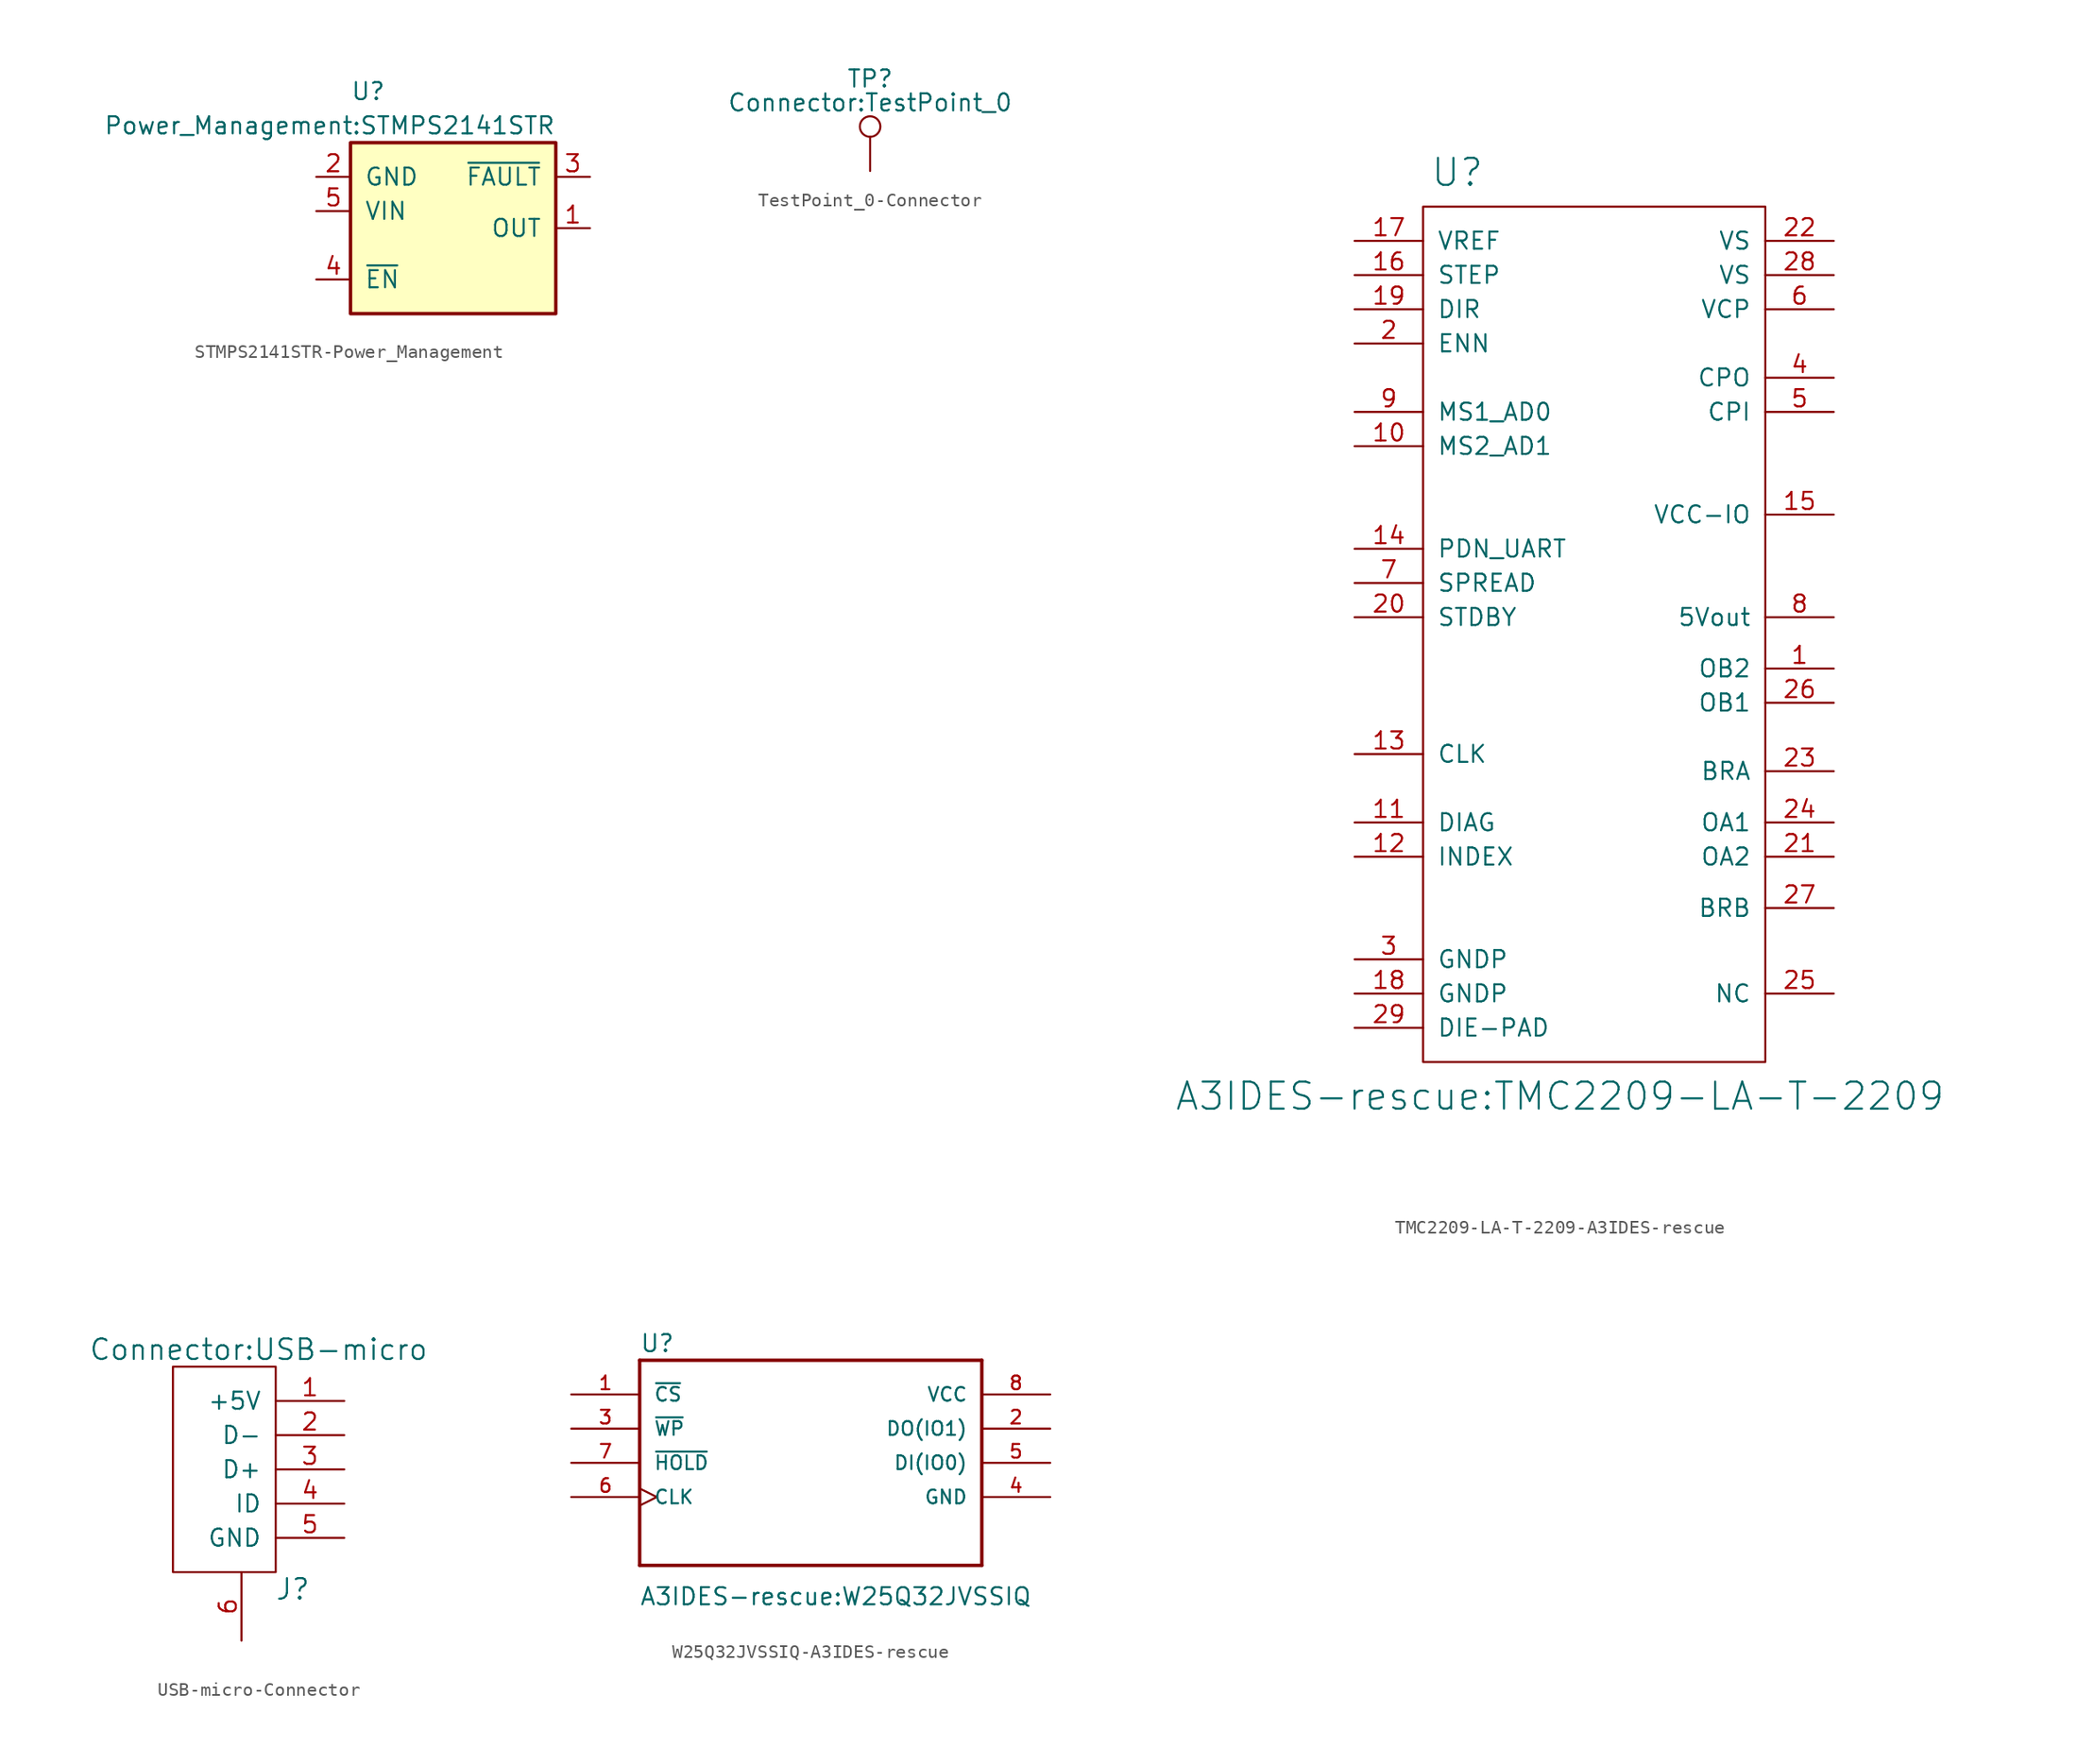
<source format=kicad_sym>
(kicad_symbol_lib
  (version 20231120)
  (generator "kicad_symbol_editor")
  (generator_version "8.0")
  (symbol "STMPS2141STR-Power_Management"
    (pin_names
      (offset 1.016))
    (property "Reference" "U"
      (at -7.62 11.43 0)
      (effects (font (size 1.27 1.27)) (justify left)))
    (property "Value" "Power_Management:STMPS2141STR"
      (at 7.62 8.89 0)
      (effects (font (size 1.27 1.27)) (justify right)))
    (symbol "STMPS2141STR-Power_Management_0_1"
      (rectangle (start -7.62 7.62) (end 7.62 -5.08) (stroke (width 0.254) (type solid)) (fill (type background))))
    (symbol "STMPS2141STR-Power_Management_1_1"
      (pin power_out line (at 10.16 1.27 180) (length 2.54) (name "OUT" (effects (font (size 1.27 1.27)))) (number "1" (effects (font (size 1.27 1.27)))))
      (pin power_in line (at -10.16 5.08 0) (length 2.54) (name "GND" (effects (font (size 1.27 1.27)))) (number "2" (effects (font (size 1.27 1.27)))))
      (pin power_out line (at 10.16 5.08 180) (length 2.54) (name "~{FAULT}" (effects (font (size 1.27 1.27)))) (number "3" (effects (font (size 1.27 1.27)))))
      (pin input line (at -10.16 -2.54 0) (length 2.54) (name "~{EN}" (effects (font (size 1.27 1.27)))) (number "4" (effects (font (size 1.27 1.27)))))
      (pin power_in line (at -10.16 2.54 0) (length 2.54) (name "VIN" (effects (font (size 1.27 1.27)))) (number "5" (effects (font (size 1.27 1.27)))))))
  (symbol "TestPoint_0-Connector"
    (pin_numbers hide)
    (pin_names
      (offset 0.762) hide)
    (property "Reference" "TP"
      (at 0 6.858 0)
      (effects (font (size 1.27 1.27))))
    (property "Value" "Connector:TestPoint_0"
      (at 0 5.08 0)
      (effects (font (size 1.27 1.27))))
    (symbol "TestPoint_0-Connector_0_1"
      (circle (center 0 3.302) (radius 0.762) (stroke (width 0) (type solid)) (fill (type none))))
    (symbol "TestPoint_0-Connector_1_1"
      (pin passive line (at 0 0 90) (length 2.54) (name "~" (effects (font (size 1.27 1.27)))) (number "~" (effects (font (size 1.27 1.27)))))))
  (symbol "TMC2209-LA-T-2209-A3IDES-rescue"
    (pin_names
      (offset 1.016))
    (property "Reference" "U"
      (at -10.16 35.56 0)
      (effects (font (size 2.007 2.007))))
    (property "Value" "A3IDES-rescue:TMC2209-LA-T-2209"
      (at -2.54 -33.02 0)
      (effects (font (size 2.007 2.007))))
    (symbol "TMC2209-LA-T-2209-A3IDES-rescue_0_1"
      (rectangle (start -12.7 33.02) (end 12.7 -30.48) (stroke (width 0) (type solid)) (fill (type none))))
    (symbol "TMC2209-LA-T-2209-A3IDES-rescue_1_1"
      (pin input line (at 17.78 -1.27 180) (length 5.08) (name "OB2" (effects (font (size 1.27 1.27)))) (number "1" (effects (font (size 1.27 1.27)))))
      (pin input line (at -17.78 15.24 0) (length 5.08) (name "MS2_AD1" (effects (font (size 1.27 1.27)))) (number "10" (effects (font (size 1.27 1.27)))))
      (pin input line (at -17.78 -12.7 0) (length 5.08) (name "DIAG" (effects (font (size 1.27 1.27)))) (number "11" (effects (font (size 1.27 1.27)))))
      (pin input line (at -17.78 -15.24 0) (length 5.08) (name "INDEX" (effects (font (size 1.27 1.27)))) (number "12" (effects (font (size 1.27 1.27)))))
      (pin input line (at -17.78 -7.62 0) (length 5.08) (name "CLK" (effects (font (size 1.27 1.27)))) (number "13" (effects (font (size 1.27 1.27)))))
      (pin input line (at -17.78 7.62 0) (length 5.08) (name "PDN_UART" (effects (font (size 1.27 1.27)))) (number "14" (effects (font (size 1.27 1.27)))))
      (pin input line (at 17.78 10.16 180) (length 5.08) (name "VCC-IO" (effects (font (size 1.27 1.27)))) (number "15" (effects (font (size 1.27 1.27)))))
      (pin input line (at -17.78 27.94 0) (length 5.08) (name "STEP" (effects (font (size 1.27 1.27)))) (number "16" (effects (font (size 1.27 1.27)))))
      (pin input line (at -17.78 30.48 0) (length 5.08) (name "VREF" (effects (font (size 1.27 1.27)))) (number "17" (effects (font (size 1.27 1.27)))))
      (pin input line (at -17.78 -25.4 0) (length 5.08) (name "GNDP" (effects (font (size 1.27 1.27)))) (number "18" (effects (font (size 1.27 1.27)))))
      (pin input line (at -17.78 25.4 0) (length 5.08) (name "DIR" (effects (font (size 1.27 1.27)))) (number "19" (effects (font (size 1.27 1.27)))))
      (pin input line (at -17.78 22.86 0) (length 5.08) (name "ENN" (effects (font (size 1.27 1.27)))) (number "2" (effects (font (size 1.27 1.27)))))
      (pin input line (at -17.78 2.54 0) (length 5.08) (name "STDBY" (effects (font (size 1.27 1.27)))) (number "20" (effects (font (size 1.27 1.27)))))
      (pin input line (at 17.78 -15.24 180) (length 5.08) (name "OA2" (effects (font (size 1.27 1.27)))) (number "21" (effects (font (size 1.27 1.27)))))
      (pin input line (at 17.78 30.48 180) (length 5.08) (name "VS" (effects (font (size 1.27 1.27)))) (number "22" (effects (font (size 1.27 1.27)))))
      (pin input line (at 17.78 -8.89 180) (length 5.08) (name "BRA" (effects (font (size 1.27 1.27)))) (number "23" (effects (font (size 1.27 1.27)))))
      (pin input line (at 17.78 -12.7 180) (length 5.08) (name "OA1" (effects (font (size 1.27 1.27)))) (number "24" (effects (font (size 1.27 1.27)))))
      (pin input line (at 17.78 -25.4 180) (length 5.08) (name "NC" (effects (font (size 1.27 1.27)))) (number "25" (effects (font (size 1.27 1.27)))))
      (pin input line (at 17.78 -3.81 180) (length 5.08) (name "OB1" (effects (font (size 1.27 1.27)))) (number "26" (effects (font (size 1.27 1.27)))))
      (pin input line (at 17.78 -19.05 180) (length 5.08) (name "BRB" (effects (font (size 1.27 1.27)))) (number "27" (effects (font (size 1.27 1.27)))))
      (pin input line (at 17.78 27.94 180) (length 5.08) (name "VS" (effects (font (size 1.27 1.27)))) (number "28" (effects (font (size 1.27 1.27)))))
      (pin input line (at -17.78 -27.94 0) (length 5.08) (name "DIE-PAD" (effects (font (size 1.27 1.27)))) (number "29" (effects (font (size 1.27 1.27)))))
      (pin input line (at -17.78 -22.86 0) (length 5.08) (name "GNDP" (effects (font (size 1.27 1.27)))) (number "3" (effects (font (size 1.27 1.27)))))
      (pin input line (at 17.78 20.32 180) (length 5.08) (name "CPO" (effects (font (size 1.27 1.27)))) (number "4" (effects (font (size 1.27 1.27)))))
      (pin input line (at 17.78 17.78 180) (length 5.08) (name "CPI" (effects (font (size 1.27 1.27)))) (number "5" (effects (font (size 1.27 1.27)))))
      (pin input line (at 17.78 25.4 180) (length 5.08) (name "VCP" (effects (font (size 1.27 1.27)))) (number "6" (effects (font (size 1.27 1.27)))))
      (pin input line (at -17.78 5.08 0) (length 5.08) (name "SPREAD" (effects (font (size 1.27 1.27)))) (number "7" (effects (font (size 1.27 1.27)))))
      (pin input line (at 17.78 2.54 180) (length 5.08) (name "5Vout" (effects (font (size 1.27 1.27)))) (number "8" (effects (font (size 1.27 1.27)))))
      (pin input line (at -17.78 17.78 0) (length 5.08) (name "MS1_AD0" (effects (font (size 1.27 1.27)))) (number "9" (effects (font (size 1.27 1.27)))))))
  (symbol "USB-micro-Connector"
    (pin_names
      (offset 1.016))
    (property "Reference" "J"
      (at 1.27 -8.89 0)
      (effects (font (size 1.524 1.524))))
    (property "Value" "Connector:USB-micro"
      (at -1.27 8.89 0)
      (effects (font (size 1.524 1.524))))
    (property "Footprint" ""
      (at 0 0 0)
      (effects (font (size 1.524 1.524))))
    (property "Datasheet" ""
      (at 0 0 0)
      (effects (font (size 1.524 1.524))))
    (symbol "USB-micro-Connector_0_1"
      (rectangle (start 0 7.62) (end -7.62 -7.62) (stroke (width 0) (type solid)) (fill (type none))))
    (symbol "USB-micro-Connector_1_1"
      (pin input line (at 5.08 5.08 180) (length 5.08) (name "+5V" (effects (font (size 1.27 1.27)))) (number "1" (effects (font (size 1.27 1.27)))))
      (pin input line (at 5.08 2.54 180) (length 5.08) (name "D-" (effects (font (size 1.27 1.27)))) (number "2" (effects (font (size 1.27 1.27)))))
      (pin input line (at 5.08 0 180) (length 5.08) (name "D+" (effects (font (size 1.27 1.27)))) (number "3" (effects (font (size 1.27 1.27)))))
      (pin input line (at 5.08 -2.54 180) (length 5.08) (name "ID" (effects (font (size 1.27 1.27)))) (number "4" (effects (font (size 1.27 1.27)))))
      (pin input line (at 5.08 -5.08 180) (length 5.08) (name "GND" (effects (font (size 1.27 1.27)))) (number "5" (effects (font (size 1.27 1.27)))))
      (pin input line (at -2.54 -12.7 90) (length 5.08) (name "~" (effects (font (size 1.27 1.27)))) (number "6" (effects (font (size 1.27 1.27)))))))
  (symbol "W25Q32JVSSIQ-A3IDES-rescue"
    (pin_names
      (offset 1.016))
    (property "Reference" "U"
      (at -12.7 8.128 0)
      (effects (font (size 1.27 1.27)) (justify left bottom)))
    (property "Value" "A3IDES-rescue:W25Q32JVSSIQ"
      (at -12.725 -10.668 0)
      (effects (font (size 1.27 1.27)) (justify left bottom)))
    (property "ki_locked" ""
      (at 0 0 0)
      (effects (font (size 1.27 1.27))))
    (symbol "W25Q32JVSSIQ-A3IDES-rescue_0_0"
      (polyline (pts (xy -12.7 -7.62) (xy -12.7 7.62)) (stroke (width 0.254) (type solid)) (fill (type none)))
      (polyline (pts (xy -12.7 7.62) (xy 12.7 7.62)) (stroke (width 0.254) (type solid)) (fill (type none)))
      (polyline (pts (xy 12.7 -7.62) (xy -12.7 -7.62)) (stroke (width 0.254) (type solid)) (fill (type none)))
      (polyline (pts (xy 12.7 7.62) (xy 12.7 -7.62)) (stroke (width 0.254) (type solid)) (fill (type none)))
      (pin input line (at -17.78 5.08 0) (length 5.08) (name "~{CS}" (effects (font (size 1.016 1.016)))) (number "1" (effects (font (size 1.016 1.016)))))
      (pin bidirectional line (at 17.78 2.54 180) (length 5.08) (name "DO(IO1)" (effects (font (size 1.016 1.016)))) (number "2" (effects (font (size 1.016 1.016)))))
      (pin input line (at -17.78 2.54 0) (length 5.08) (name "~{WP}" (effects (font (size 1.016 1.016)))) (number "3" (effects (font (size 1.016 1.016)))))
      (pin power_in line (at 17.78 -2.54 180) (length 5.08) (name "GND" (effects (font (size 1.016 1.016)))) (number "4" (effects (font (size 1.016 1.016)))))
      (pin bidirectional line (at 17.78 0 180) (length 5.08) (name "DI(IO0)" (effects (font (size 1.016 1.016)))) (number "5" (effects (font (size 1.016 1.016)))))
      (pin input clock (at -17.78 -2.54 0) (length 5.08) (name "CLK" (effects (font (size 1.016 1.016)))) (number "6" (effects (font (size 1.016 1.016)))))
      (pin input line (at -17.78 0 0) (length 5.08) (name "~{HOLD}" (effects (font (size 1.016 1.016)))) (number "7" (effects (font (size 1.016 1.016)))))
      (pin power_in line (at 17.78 5.08 180) (length 5.08) (name "VCC" (effects (font (size 1.016 1.016)))) (number "8" (effects (font (size 1.016 1.016))))))))
</source>
